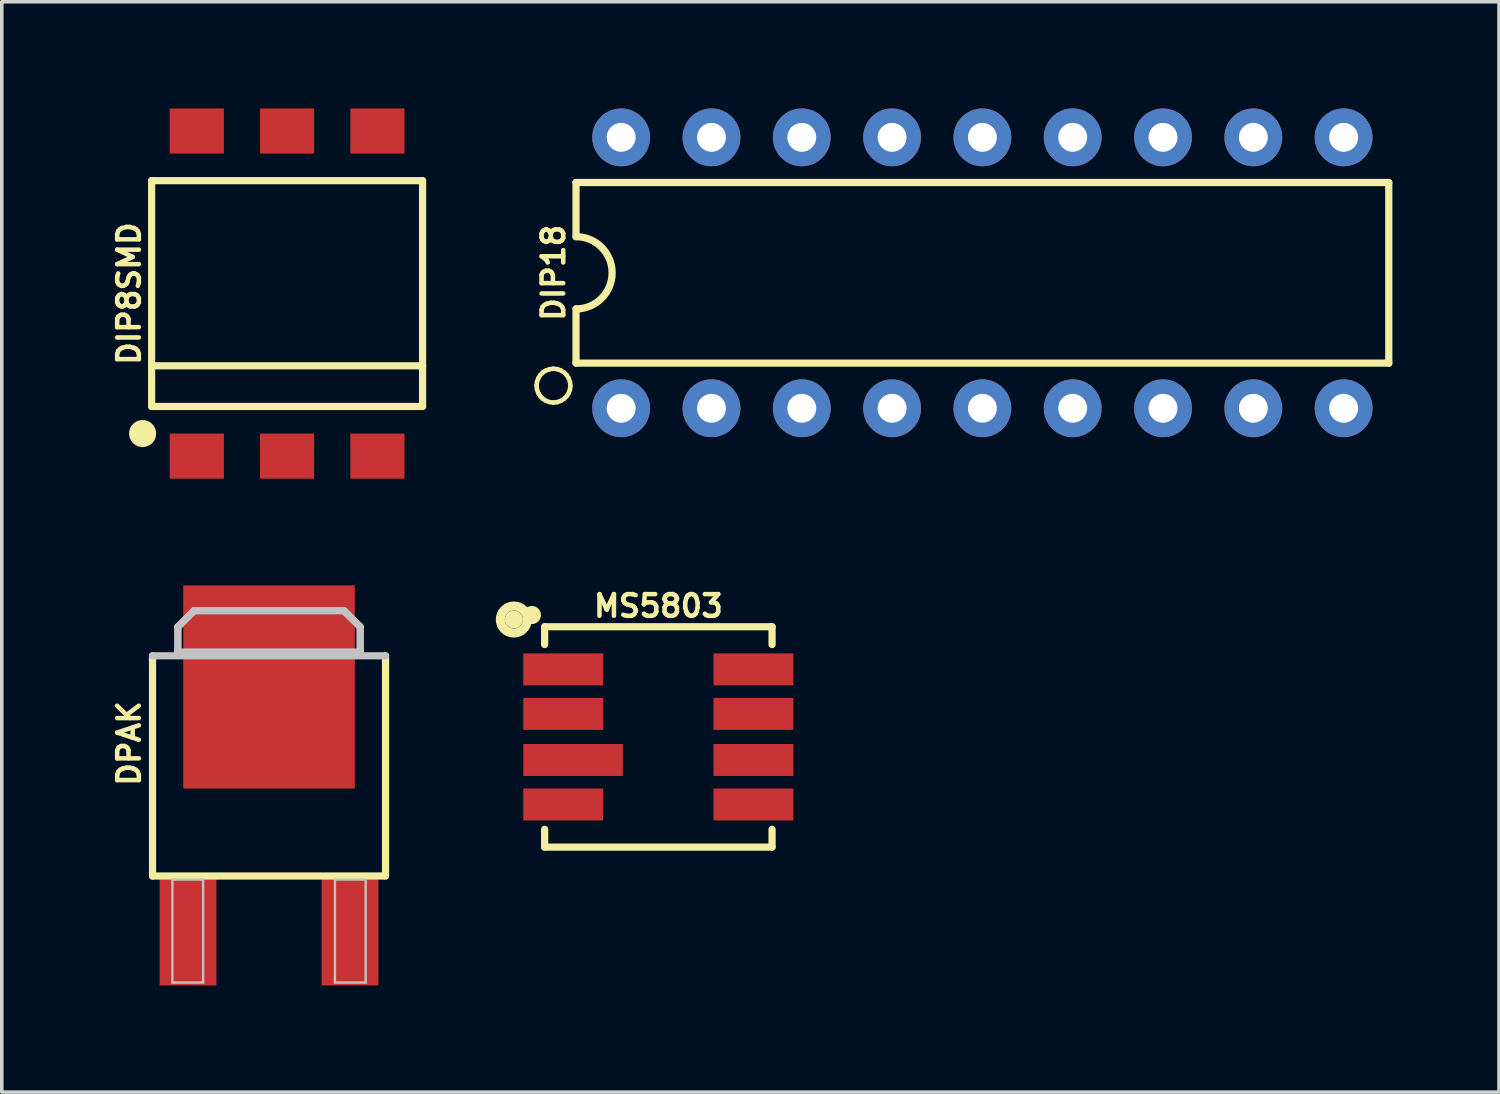
<source format=kicad_pcb>
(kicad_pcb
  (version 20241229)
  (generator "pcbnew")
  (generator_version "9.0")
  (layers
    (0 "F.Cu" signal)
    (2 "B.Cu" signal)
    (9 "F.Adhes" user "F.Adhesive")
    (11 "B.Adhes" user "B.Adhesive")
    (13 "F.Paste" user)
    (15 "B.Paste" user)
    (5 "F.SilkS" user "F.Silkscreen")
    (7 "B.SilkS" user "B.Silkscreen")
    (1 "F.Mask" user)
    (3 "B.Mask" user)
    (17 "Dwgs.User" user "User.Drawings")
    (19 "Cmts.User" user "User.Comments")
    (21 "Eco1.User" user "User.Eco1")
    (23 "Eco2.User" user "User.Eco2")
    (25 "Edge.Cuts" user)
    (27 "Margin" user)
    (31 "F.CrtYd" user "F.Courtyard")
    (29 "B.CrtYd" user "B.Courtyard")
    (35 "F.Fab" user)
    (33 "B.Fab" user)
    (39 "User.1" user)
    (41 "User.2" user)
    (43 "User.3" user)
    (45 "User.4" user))
  (footprint "MS5803"
    (layer "F.Cu")
    (at 15.467 17.677)
    (property "Reference" "MS5803" (at 0 -3.683 0) (layer "F.SilkS") (effects (font (size 0.61 0.61) (thickness 0.127))))
    (attr smd)
    (fp_line (start -3.198 -3.099) (end -3.198 -2.598) (stroke (width 0.203) (type solid)) (layer "F.SilkS"))
    (fp_line (start -3.198 -3.099) (end 3.198 -3.099) (stroke (width 0.203) (type solid)) (layer "F.SilkS"))
    (fp_line (start -3.198 3.099) (end -3.198 2.598) (stroke (width 0.203) (type solid)) (layer "F.SilkS"))
    (fp_line (start 3.198 -3.099) (end 3.198 -2.598) (stroke (width 0.203) (type solid)) (layer "F.SilkS"))
    (fp_line (start 3.198 3.099) (end -3.198 3.099) (stroke (width 0.203) (type solid)) (layer "F.SilkS"))
    (fp_line (start 3.198 3.099) (end 3.198 2.598) (stroke (width 0.203) (type solid)) (layer "F.SilkS"))
    (fp_circle (center -4.064 -3.302) (end -3.937 -3.302) (stroke (width 0.254) (type solid)) (fill no) (layer "F.SilkS"))
    (fp_circle (center -4.064 -3.302) (end -3.683 -3.302) (stroke (width 0.254) (type solid)) (fill no) (layer "F.SilkS"))
    (fp_circle (center -3.556 -3.429) (end -3.556 -3.683) (stroke (width 0) (type solid)) (fill yes) (layer "F.SilkS"))
    (pad "1" smd rect (at -2.675 -1.9 90) (size 0.899 2.248) (layers "F.Cu" "F.Mask" "F.Paste"))
    (pad "2" smd rect (at -2.675 -0.648 90) (size 0.899 2.248) (layers "F.Cu" "F.Mask" "F.Paste"))
    (pad "3" smd rect (at -2.398 0.648 90) (size 0.899 2.799) (layers "F.Cu" "F.Mask" "F.Paste"))
    (pad "4" smd rect (at -2.675 1.9 90) (size 0.899 2.248) (layers "F.Cu" "F.Mask" "F.Paste"))
    (pad "5" smd rect (at 2.675 1.9 90) (size 0.899 2.248) (layers "F.Cu" "F.Mask" "F.Paste"))
    (pad "6" smd rect (at 2.675 0.648 90) (size 0.899 2.248) (layers "F.Cu" "F.Mask" "F.Paste"))
    (pad "7" smd rect (at 2.675 -0.648 90) (size 0.899 2.248) (layers "F.Cu" "F.Mask" "F.Paste"))
    (pad "8" smd rect (at 2.675 -1.9 90) (size 0.899 2.248) (layers "F.Cu" "F.Mask" "F.Paste")))
  (footprint "DPAK"
    (layer "F.Cu")
    (at 4.517 17.859)
    (property "Reference" "DPAK" (at -3.937 0 90) (layer "F.SilkS") (effects (font (size 0.61 0.61) (thickness 0.127))))
    (attr smd)
    (fp_line (start -3.277 3.729) (end -3.277 -2.464) (stroke (width 0.203) (type solid)) (layer "F.SilkS"))
    (fp_line (start 3.277 -2.464) (end 3.277 3.729) (stroke (width 0.203) (type solid)) (layer "F.SilkS"))
    (fp_line (start 3.277 3.729) (end -3.277 3.729) (stroke (width 0.203) (type solid)) (layer "F.SilkS"))
    (fp_line (start -3.277 -2.464) (end 3.277 -2.464) (stroke (width 0.203) (type solid)) (layer "Dwgs.User"))
    (fp_line (start -2.718 3.83) (end -1.854 3.83) (stroke (width 0.066) (type solid)) (layer "Dwgs.User"))
    (fp_line (start -2.718 6.726) (end -2.718 3.83) (stroke (width 0.066) (type solid)) (layer "Dwgs.User"))
    (fp_line (start -2.718 6.726) (end -1.854 6.726) (stroke (width 0.066) (type solid)) (layer "Dwgs.User"))
    (fp_line (start -2.565 -3.277) (end -2.108 -3.734) (stroke (width 0.198) (type solid)) (layer "Dwgs.User"))
    (fp_line (start -2.565 -3.277) (end -2.108 -3.734) (stroke (width 0.203) (type solid)) (layer "Dwgs.User"))
    (fp_line (start -2.565 -2.565) (end -2.565 -3.277) (stroke (width 0.198) (type solid)) (layer "Dwgs.User"))
    (fp_line (start -2.565 -2.565) (end -2.565 -3.277) (stroke (width 0.203) (type solid)) (layer "Dwgs.User"))
    (fp_line (start -2.108 -3.734) (end 2.108 -3.734) (stroke (width 0.198) (type solid)) (layer "Dwgs.User"))
    (fp_line (start -2.108 -3.734) (end 2.108 -3.734) (stroke (width 0.203) (type solid)) (layer "Dwgs.User"))
    (fp_line (start -1.854 6.726) (end -1.854 3.83) (stroke (width 0.066) (type solid)) (layer "Dwgs.User"))
    (fp_line (start 1.854 3.83) (end 2.718 3.83) (stroke (width 0.066) (type solid)) (layer "Dwgs.User"))
    (fp_line (start 1.854 6.726) (end 1.854 3.83) (stroke (width 0.066) (type solid)) (layer "Dwgs.User"))
    (fp_line (start 1.854 6.726) (end 2.718 6.726) (stroke (width 0.066) (type solid)) (layer "Dwgs.User"))
    (fp_line (start 2.108 -3.734) (end 2.565 -3.277) (stroke (width 0.198) (type solid)) (layer "Dwgs.User"))
    (fp_line (start 2.108 -3.734) (end 2.565 -3.277) (stroke (width 0.203) (type solid)) (layer "Dwgs.User"))
    (fp_line (start 2.565 -3.277) (end 2.565 -2.565) (stroke (width 0.198) (type solid)) (layer "Dwgs.User"))
    (fp_line (start 2.565 -3.277) (end 2.565 -2.565) (stroke (width 0.203) (type solid)) (layer "Dwgs.User"))
    (fp_line (start 2.565 -2.565) (end -2.565 -2.565) (stroke (width 0.198) (type solid)) (layer "Dwgs.User"))
    (fp_line (start 2.565 -2.565) (end -2.565 -2.565) (stroke (width 0.203) (type solid)) (layer "Dwgs.User"))
    (fp_line (start 2.718 6.726) (end 2.718 3.83) (stroke (width 0.066) (type solid)) (layer "Dwgs.User"))
    (pad "1" smd rect (at -2.278 5.309) (size 1.598 3) (layers "F.Cu" "F.Mask" "F.Paste"))
    (pad "3" smd rect (at 2.278 5.309) (size 1.598 3) (layers "F.Cu" "F.Mask" "F.Paste"))
    (pad "4" smd rect (at 0 -1.587) (size 4.826 5.715) (layers "F.Cu" "F.Mask" "F.Paste")))
  (footprint "DIP18"
    (layer "F.Cu")
    (at 24.581 4.623)
    (property "Reference" "DIP18" (at -12.065 0 90) (layer "F.SilkS") (effects (font (size 0.61 0.61) (thickness 0.127))))
    (attr exclude_from_pos_files exclude_from_bom)
    (fp_line (start -12.54 3.175) (end -12.527 3.068) (stroke (width 0.127) (type solid)) (layer "F.SilkS"))
    (fp_line (start -12.527 3.068) (end -12.492 2.967) (stroke (width 0.127) (type solid)) (layer "F.SilkS"))
    (fp_line (start -12.527 3.279) (end -12.54 3.175) (stroke (width 0.127) (type solid)) (layer "F.SilkS"))
    (fp_line (start -12.492 2.967) (end -12.436 2.878) (stroke (width 0.127) (type solid)) (layer "F.SilkS"))
    (fp_line (start -12.492 3.381) (end -12.527 3.279) (stroke (width 0.127) (type solid)) (layer "F.SilkS"))
    (fp_line (start -12.436 2.878) (end -12.36 2.802) (stroke (width 0.127) (type solid)) (layer "F.SilkS"))
    (fp_line (start -12.436 3.47) (end -12.492 3.381) (stroke (width 0.127) (type solid)) (layer "F.SilkS"))
    (fp_line (start -12.36 2.802) (end -12.271 2.746) (stroke (width 0.127) (type solid)) (layer "F.SilkS"))
    (fp_line (start -12.36 3.546) (end -12.436 3.47) (stroke (width 0.127) (type solid)) (layer "F.SilkS"))
    (fp_line (start -12.271 2.746) (end -12.169 2.71) (stroke (width 0.127) (type solid)) (layer "F.SilkS"))
    (fp_line (start -12.271 3.602) (end -12.36 3.546) (stroke (width 0.127) (type solid)) (layer "F.SilkS"))
    (fp_line (start -12.169 2.71) (end -12.065 2.697) (stroke (width 0.127) (type solid)) (layer "F.SilkS"))
    (fp_line (start -12.169 3.637) (end -12.271 3.602) (stroke (width 0.127) (type solid)) (layer "F.SilkS"))
    (fp_line (start -12.065 2.697) (end -11.958 2.71) (stroke (width 0.127) (type solid)) (layer "F.SilkS"))
    (fp_line (start -12.065 3.65) (end -12.169 3.637) (stroke (width 0.127) (type solid)) (layer "F.SilkS"))
    (fp_line (start -11.958 2.71) (end -11.857 2.746) (stroke (width 0.127) (type solid)) (layer "F.SilkS"))
    (fp_line (start -11.958 3.637) (end -12.065 3.65) (stroke (width 0.127) (type solid)) (layer "F.SilkS"))
    (fp_line (start -11.857 2.746) (end -11.768 2.802) (stroke (width 0.127) (type solid)) (layer "F.SilkS"))
    (fp_line (start -11.857 3.602) (end -11.958 3.637) (stroke (width 0.127) (type solid)) (layer "F.SilkS"))
    (fp_line (start -11.768 2.802) (end -11.692 2.878) (stroke (width 0.127) (type solid)) (layer "F.SilkS"))
    (fp_line (start -11.768 3.546) (end -11.857 3.602) (stroke (width 0.127) (type solid)) (layer "F.SilkS"))
    (fp_line (start -11.692 2.878) (end -11.636 2.967) (stroke (width 0.127) (type solid)) (layer "F.SilkS"))
    (fp_line (start -11.692 3.47) (end -11.768 3.546) (stroke (width 0.127) (type solid)) (layer "F.SilkS"))
    (fp_line (start -11.636 2.967) (end -11.6 3.068) (stroke (width 0.127) (type solid)) (layer "F.SilkS"))
    (fp_line (start -11.636 3.381) (end -11.692 3.47) (stroke (width 0.127) (type solid)) (layer "F.SilkS"))
    (fp_line (start -11.6 3.068) (end -11.587 3.175) (stroke (width 0.127) (type solid)) (layer "F.SilkS"))
    (fp_line (start -11.6 3.279) (end -11.636 3.381) (stroke (width 0.127) (type solid)) (layer "F.SilkS"))
    (fp_line (start -11.587 3.175) (end -11.6 3.279) (stroke (width 0.127) (type solid)) (layer "F.SilkS"))
    (fp_line (start -11.43 -2.54) (end -11.43 -1.016) (stroke (width 0.203) (type solid)) (layer "F.SilkS"))
    (fp_line (start -11.43 2.54) (end -11.43 1.016) (stroke (width 0.203) (type solid)) (layer "F.SilkS"))
    (fp_line (start -11.43 2.54) (end 11.43 2.54) (stroke (width 0.203) (type solid)) (layer "F.SilkS"))
    (fp_line (start 11.43 -2.54) (end -11.43 -2.54) (stroke (width 0.203) (type solid)) (layer "F.SilkS"))
    (fp_line (start 11.43 -2.54) (end 11.43 2.54) (stroke (width 0.203) (type solid)) (layer "F.SilkS"))
    (fp_arc (start -11.43 -1.016) (mid -10.414 0) (end -11.43 1.016) (stroke (width 0.2032) (type solid)) (layer "F.SilkS"))
    (pad "1" thru_hole circle (at -10.16 3.81) (size 1.626 1.626) (drill 0.813) (layers "*.Cu" "*.Mask"))
    (pad "2" thru_hole circle (at -7.62 3.81) (size 1.626 1.626) (drill 0.813) (layers "*.Cu" "*.Mask"))
    (pad "3" thru_hole circle (at -5.08 3.81) (size 1.626 1.626) (drill 0.813) (layers "*.Cu" "*.Mask"))
    (pad "4" thru_hole circle (at -2.54 3.81) (size 1.626 1.626) (drill 0.813) (layers "*.Cu" "*.Mask"))
    (pad "5" thru_hole circle (at 0 3.81) (size 1.626 1.626) (drill 0.813) (layers "*.Cu" "*.Mask"))
    (pad "6" thru_hole circle (at 2.54 3.81) (size 1.626 1.626) (drill 0.813) (layers "*.Cu" "*.Mask"))
    (pad "7" thru_hole circle (at 5.08 3.81) (size 1.626 1.626) (drill 0.813) (layers "*.Cu" "*.Mask"))
    (pad "8" thru_hole circle (at 7.62 3.81) (size 1.626 1.626) (drill 0.813) (layers "*.Cu" "*.Mask"))
    (pad "9" thru_hole circle (at 10.16 3.81) (size 1.626 1.626) (drill 0.813) (layers "*.Cu" "*.Mask"))
    (pad "10" thru_hole circle (at 10.16 -3.81) (size 1.626 1.626) (drill 0.813) (layers "*.Cu" "*.Mask"))
    (pad "11" thru_hole circle (at 7.62 -3.81) (size 1.626 1.626) (drill 0.813) (layers "*.Cu" "*.Mask"))
    (pad "12" thru_hole circle (at 5.08 -3.81) (size 1.626 1.626) (drill 0.813) (layers "*.Cu" "*.Mask"))
    (pad "13" thru_hole circle (at 2.54 -3.81) (size 1.626 1.626) (drill 0.813) (layers "*.Cu" "*.Mask"))
    (pad "14" thru_hole circle (at 0 -3.81) (size 1.626 1.626) (drill 0.813) (layers "*.Cu" "*.Mask"))
    (pad "15" thru_hole circle (at -2.54 -3.81) (size 1.626 1.626) (drill 0.813) (layers "*.Cu" "*.Mask"))
    (pad "16" thru_hole circle (at -5.08 -3.81) (size 1.626 1.626) (drill 0.813) (layers "*.Cu" "*.Mask"))
    (pad "17" thru_hole circle (at -7.62 -3.81) (size 1.626 1.626) (drill 0.813) (layers "*.Cu" "*.Mask"))
    (pad "18" thru_hole circle (at -10.16 -3.81) (size 1.626 1.626) (drill 0.813) (layers "*.Cu" "*.Mask")))
  (footprint "DIP8SMD"
    (layer "F.Cu")
    (at 5.025 5.207)
    (property "Reference" "DIP8SMD" (at -4.445 0 90) (layer "F.SilkS") (effects (font (size 0.61 0.61) (thickness 0.127))))
    (attr smd)
    (fp_line (start -3.81 -3.175) (end 3.81 -3.175) (stroke (width 0.203) (type solid)) (layer "F.SilkS"))
    (fp_line (start -3.81 2.032) (end -3.81 -3.175) (stroke (width 0.203) (type solid)) (layer "F.SilkS"))
    (fp_line (start -3.81 2.032) (end 3.81 2.032) (stroke (width 0.203) (type solid)) (layer "F.SilkS"))
    (fp_line (start -3.81 3.175) (end -3.81 2.032) (stroke (width 0.203) (type solid)) (layer "F.SilkS"))
    (fp_line (start 3.81 -3.175) (end 3.81 2.032) (stroke (width 0.203) (type solid)) (layer "F.SilkS"))
    (fp_line (start 3.81 2.032) (end 3.81 3.175) (stroke (width 0.203) (type solid)) (layer "F.SilkS"))
    (fp_line (start 3.81 3.175) (end -3.81 3.175) (stroke (width 0.203) (type solid)) (layer "F.SilkS"))
    (fp_circle (center -4.064 3.937) (end -3.937 3.937) (stroke (width 0.254) (type solid)) (fill no) (layer "F.SilkS"))
    (fp_circle (center -4.064 3.937) (end -3.81 3.937) (stroke (width 0.254) (type solid)) (fill no) (layer "F.SilkS"))
    (pad "1" smd rect (at -2.54 4.572) (size 1.524 1.27) (layers "F.Cu" "F.Mask" "F.Paste"))
    (pad "2" smd rect (at 0 4.572) (size 1.524 1.27) (layers "F.Cu" "F.Mask" "F.Paste"))
    (pad "3" smd rect (at 2.54 4.572) (size 1.524 1.27) (layers "F.Cu" "F.Mask" "F.Paste"))
    (pad "4" smd rect (at 2.54 -4.572) (size 1.524 1.27) (layers "F.Cu" "F.Mask" "F.Paste"))
    (pad "5" smd rect (at 0 -4.572) (size 1.524 1.27) (layers "F.Cu" "F.Mask" "F.Paste"))
    (pad "6" smd rect (at -2.54 -4.572) (size 1.524 1.27) (layers "F.Cu" "F.Mask" "F.Paste")))
  (gr_rect
    (start -3 -3)
    (end 39.112 27.667)
    (stroke (width 0.1) (type default))
    (fill no)
    (layer "Edge.Cuts")))
</source>
